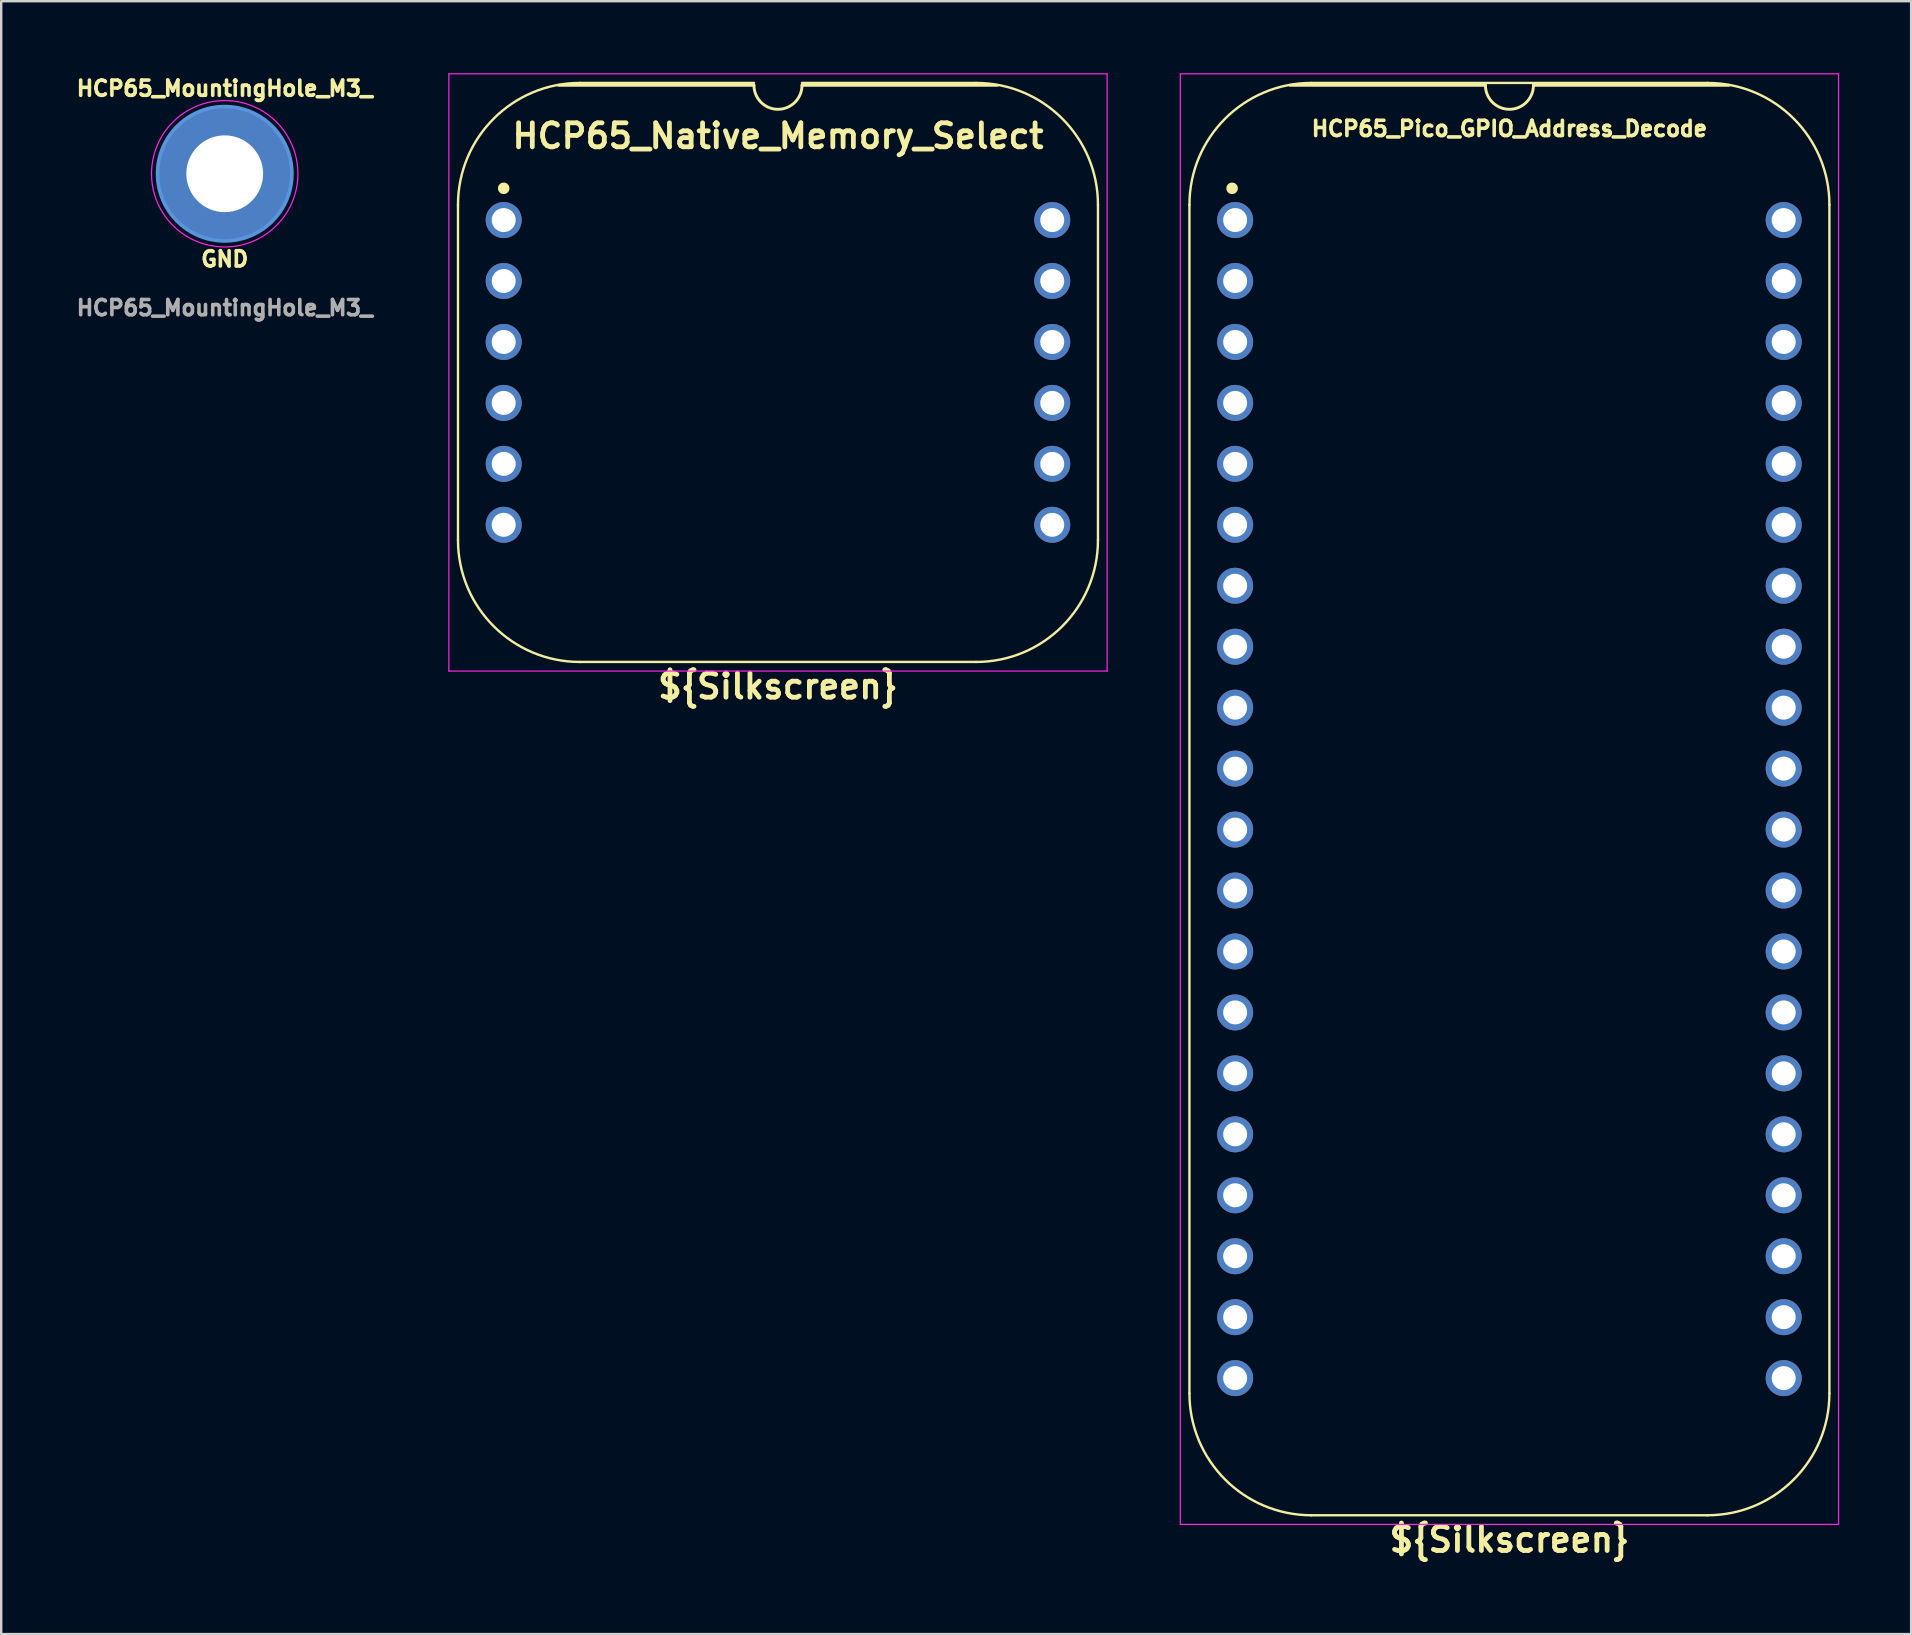
<source format=kicad_pcb>
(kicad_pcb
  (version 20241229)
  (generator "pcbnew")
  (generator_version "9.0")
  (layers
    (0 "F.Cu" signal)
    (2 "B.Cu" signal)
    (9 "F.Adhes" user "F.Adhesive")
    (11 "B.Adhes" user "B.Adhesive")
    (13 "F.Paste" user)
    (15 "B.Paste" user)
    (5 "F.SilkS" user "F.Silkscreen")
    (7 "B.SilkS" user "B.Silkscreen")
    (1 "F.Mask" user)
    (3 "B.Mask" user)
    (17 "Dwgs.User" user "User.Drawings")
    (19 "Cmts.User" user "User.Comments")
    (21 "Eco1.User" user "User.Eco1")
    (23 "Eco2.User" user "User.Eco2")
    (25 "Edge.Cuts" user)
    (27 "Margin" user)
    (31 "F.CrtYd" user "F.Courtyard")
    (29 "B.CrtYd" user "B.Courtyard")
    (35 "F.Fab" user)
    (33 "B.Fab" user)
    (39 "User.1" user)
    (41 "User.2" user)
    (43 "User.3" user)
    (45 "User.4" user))
  (footprint "HCP65_MountingHole_M3_"
    (layer "F.Cu")
    (at 6.315 4.191)
    (property "Reference" "HCP65_MountingHole_M3_" (at 0 -3.556 0) (layer "F.SilkS") (effects (font (size 0.635 0.635) (thickness 0.15))))
    (attr exclude_from_pos_files exclude_from_bom)
    (fp_circle (center 0 0) (end 2.8 0) (stroke (width 0.15) (type solid)) (fill no) (layer "Cmts.User"))
    (fp_circle (center 0 0) (end 3.05 0) (stroke (width 0.05) (type solid)) (fill no) (layer "F.CrtYd"))
    (fp_text user "GND" (at 0 3.556 0) (unlocked yes) (layer "F.SilkS") (effects (font (size 0.635 0.635) (thickness 0.15))))
    (fp_text user "${REFERENCE}" (at 0 5.588 0) (layer "F.Fab") (effects (font (size 0.635 0.635) (thickness 0.15))))
    (pad "1" thru_hole circle (at 0 0) (size 5.6 5.6) (drill 3.2) (layers "*.Cu" "*.Mask")))
  (footprint "HCP65_Native_Memory_Select"
    (layer "F.Cu")
    (at 17.941 6.121)
    (property "Reference" "HCP65_Native_Memory_Select" (at 11.43 -3.505 0) (layer "F.SilkS") (effects (font (size 1 1) (thickness 0.2))))
    (property "Silkscreen" "${Silkscreen}" (at 11.43 19.431 0) (layer "F.SilkS") (effects (font (size 1 1) (thickness 0.2))))
    (attr through_hole)
    (fp_line (start -1.905 -0.635) (end -1.905 13.335) (stroke (width 0.1) (type solid)) (layer "F.SilkS"))
    (fp_line (start 10.43 -5.715) (end 3.175 -5.715) (stroke (width 0.1) (type solid)) (layer "F.SilkS"))
    (fp_line (start 10.43 -5.616) (end 2.286 -5.616) (stroke (width 0.12) (type solid)) (layer "F.SilkS"))
    (fp_line (start 19.685 -5.715) (end 12.43 -5.715) (stroke (width 0.1) (type solid)) (layer "F.SilkS"))
    (fp_line (start 19.685 18.415) (end 3.175 18.415) (stroke (width 0.1) (type solid)) (layer "F.SilkS"))
    (fp_line (start 20.574 -5.616) (end 12.43 -5.616) (stroke (width 0.12) (type solid)) (layer "F.SilkS"))
    (fp_line (start 24.765 13.335) (end 24.765 -0.635) (stroke (width 0.1) (type solid)) (layer "F.SilkS"))
    (fp_arc (start -1.905 -0.635) (mid -0.417102 -4.227102) (end 3.175 -5.715) (stroke (width 0.1) (type solid)) (layer "F.SilkS"))
    (fp_arc (start 3.175 18.415) (mid -0.417102 16.927102) (end -1.905 13.335) (stroke (width 0.1) (type solid)) (layer "F.SilkS"))
    (fp_arc (start 12.43 -5.616) (mid 11.43 -4.616) (end 10.43 -5.616) (stroke (width 0.12) (type solid)) (layer "F.SilkS"))
    (fp_arc (start 19.685 -5.715) (mid 23.277102 -4.227102) (end 24.765 -0.635) (stroke (width 0.1) (type solid)) (layer "F.SilkS"))
    (fp_arc (start 24.765 13.335) (mid 23.277102 16.927102) (end 19.685 18.415) (stroke (width 0.1) (type solid)) (layer "F.SilkS"))
    (fp_circle (center 0 -1.323) (end 0.18 -1.323) (stroke (width 0.12) (type solid)) (fill yes) (layer "F.SilkS"))
    (fp_line (start -2.286 -6.096) (end -2.286 18.796) (stroke (width 0.05) (type solid)) (layer "F.CrtYd"))
    (fp_line (start -2.286 -6.096) (end 25.146 -6.096) (stroke (width 0.05) (type solid)) (layer "F.CrtYd"))
    (fp_line (start -2.286 18.796) (end 25.146 18.796) (stroke (width 0.05) (type solid)) (layer "F.CrtYd"))
    (fp_line (start 25.146 18.796) (end 25.146 -6.096) (stroke (width 0.05) (type solid)) (layer "F.CrtYd"))
    (pad "1" thru_hole circle (at 0 0) (size 1.5 1.5) (drill 1) (layers "*.Cu" "*.Mask"))
    (pad "2" thru_hole circle (at 0 2.54) (size 1.5 1.5) (drill 1) (layers "*.Cu" "*.Mask"))
    (pad "3" thru_hole circle (at 0 5.08) (size 1.5 1.5) (drill 1) (layers "*.Cu" "*.Mask"))
    (pad "4" thru_hole circle (at 0 7.62) (size 1.5 1.5) (drill 1) (layers "*.Cu" "*.Mask"))
    (pad "5" thru_hole circle (at 0 10.16) (size 1.5 1.5) (drill 1) (layers "*.Cu" "*.Mask"))
    (pad "6" thru_hole circle (at 0 12.7) (size 1.5 1.5) (drill 1) (layers "*.Cu" "*.Mask"))
    (pad "7" thru_hole circle (at 22.86 12.7) (size 1.5 1.5) (drill 1) (layers "*.Cu" "*.Mask"))
    (pad "8" thru_hole circle (at 22.86 10.16) (size 1.5 1.5) (drill 1) (layers "*.Cu" "*.Mask"))
    (pad "9" thru_hole circle (at 22.86 7.62) (size 1.5 1.5) (drill 1) (layers "*.Cu" "*.Mask"))
    (pad "10" thru_hole circle (at 22.86 5.08) (size 1.5 1.5) (drill 1) (layers "*.Cu" "*.Mask"))
    (pad "11" thru_hole circle (at 22.86 2.54) (size 1.5 1.5) (drill 1) (layers "*.Cu" "*.Mask"))
    (pad "12" thru_hole circle (at 22.86 0) (size 1.5 1.5) (drill 1) (layers "*.Cu" "*.Mask")))
  (footprint "HCP65_Pico_GPIO_Address_Decode"
    (layer "F.Cu")
    (at 48.423 6.121)
    (property "Reference" "HCP65_Pico_GPIO_Address_Decode" (at 11.43 -3.81 0) (layer "F.SilkS") (effects (font (size 0.635 0.635) (thickness 0.15))))
    (property "Silkscreen" "${Silkscreen}" (at 11.43 54.991 0) (layer "F.SilkS") (effects (font (size 1 1) (thickness 0.2))))
    (attr through_hole)
    (fp_line (start -1.905 -0.635) (end -1.905 48.895) (stroke (width 0.1) (type solid)) (layer "F.SilkS"))
    (fp_line (start 10.43 -5.616) (end 2.286 -5.616) (stroke (width 0.12) (type solid)) (layer "F.SilkS"))
    (fp_line (start 19.685 -5.715) (end 3.175 -5.715) (stroke (width 0.1) (type solid)) (layer "F.SilkS"))
    (fp_line (start 19.685 53.975) (end 3.175 53.975) (stroke (width 0.1) (type solid)) (layer "F.SilkS"))
    (fp_line (start 20.574 -5.616) (end 12.43 -5.616) (stroke (width 0.12) (type solid)) (layer "F.SilkS"))
    (fp_line (start 24.765 48.895) (end 24.765 -0.635) (stroke (width 0.1) (type solid)) (layer "F.SilkS"))
    (fp_arc (start -1.905 -0.635) (mid -0.417102 -4.227102) (end 3.175 -5.715) (stroke (width 0.1) (type solid)) (layer "F.SilkS"))
    (fp_arc (start 3.175 53.975) (mid -0.417102 52.487102) (end -1.905 48.895) (stroke (width 0.1) (type solid)) (layer "F.SilkS"))
    (fp_arc (start 12.43 -5.616) (mid 11.43 -4.616) (end 10.43 -5.616) (stroke (width 0.12) (type solid)) (layer "F.SilkS"))
    (fp_arc (start 19.685 -5.715) (mid 23.277102 -4.227102) (end 24.765 -0.635) (stroke (width 0.1) (type solid)) (layer "F.SilkS"))
    (fp_arc (start 24.765 48.895) (mid 23.277102 52.487102) (end 19.685 53.975) (stroke (width 0.1) (type solid)) (layer "F.SilkS"))
    (fp_circle (center -0.127 -1.323) (end 0.053 -1.323) (stroke (width 0.12) (type solid)) (fill yes) (layer "F.SilkS"))
    (fp_line (start -2.286 -6.096) (end -2.286 54.356) (stroke (width 0.05) (type solid)) (layer "F.CrtYd"))
    (fp_line (start -2.286 -6.096) (end 25.146 -6.096) (stroke (width 0.05) (type solid)) (layer "F.CrtYd"))
    (fp_line (start -2.286 54.356) (end 25.146 54.356) (stroke (width 0.05) (type solid)) (layer "F.CrtYd"))
    (fp_line (start 25.146 54.356) (end 25.146 -6.096) (stroke (width 0.05) (type solid)) (layer "F.CrtYd"))
    (pad "1" thru_hole circle (at 0 0) (size 1.5 1.5) (drill 1) (layers "*.Cu" "*.Mask"))
    (pad "2" thru_hole circle (at 0 2.54) (size 1.5 1.5) (drill 1) (layers "*.Cu" "*.Mask"))
    (pad "3" thru_hole circle (at 0 5.08) (size 1.5 1.5) (drill 1) (layers "*.Cu" "*.Mask"))
    (pad "4" thru_hole circle (at 0 7.62) (size 1.5 1.5) (drill 1) (layers "*.Cu" "*.Mask"))
    (pad "5" thru_hole circle (at 0 10.16) (size 1.5 1.5) (drill 1) (layers "*.Cu" "*.Mask"))
    (pad "6" thru_hole circle (at 0 12.7) (size 1.5 1.5) (drill 1) (layers "*.Cu" "*.Mask"))
    (pad "7" thru_hole circle (at 0 15.24) (size 1.5 1.5) (drill 1) (layers "*.Cu" "*.Mask"))
    (pad "8" thru_hole circle (at 0 17.78) (size 1.5 1.5) (drill 1) (layers "*.Cu" "*.Mask"))
    (pad "9" thru_hole circle (at 0 20.32) (size 1.5 1.5) (drill 1) (layers "*.Cu" "*.Mask"))
    (pad "10" thru_hole circle (at 0 22.86) (size 1.5 1.5) (drill 1) (layers "*.Cu" "*.Mask"))
    (pad "11" thru_hole circle (at 0 25.4) (size 1.5 1.5) (drill 1) (layers "*.Cu" "*.Mask"))
    (pad "12" thru_hole circle (at 0 27.94) (size 1.5 1.5) (drill 1) (layers "*.Cu" "*.Mask"))
    (pad "13" thru_hole circle (at 0 30.48) (size 1.5 1.5) (drill 1) (layers "*.Cu" "*.Mask"))
    (pad "14" thru_hole circle (at 0 33.02) (size 1.5 1.5) (drill 1) (layers "*.Cu" "*.Mask"))
    (pad "15" thru_hole circle (at 0 35.56) (size 1.5 1.5) (drill 1) (layers "*.Cu" "*.Mask"))
    (pad "16" thru_hole circle (at 0 38.1) (size 1.5 1.5) (drill 1) (layers "*.Cu" "*.Mask"))
    (pad "17" thru_hole circle (at 0 40.64) (size 1.5 1.5) (drill 1) (layers "*.Cu" "*.Mask"))
    (pad "18" thru_hole circle (at 0 43.18) (size 1.5 1.5) (drill 1) (layers "*.Cu" "*.Mask"))
    (pad "19" thru_hole circle (at 0 45.72) (size 1.5 1.5) (drill 1) (layers "*.Cu" "*.Mask"))
    (pad "20" thru_hole circle (at 0 48.26) (size 1.5 1.5) (drill 1) (layers "*.Cu" "*.Mask"))
    (pad "21" thru_hole circle (at 22.86 48.26) (size 1.5 1.5) (drill 1) (layers "*.Cu" "*.Mask"))
    (pad "22" thru_hole circle (at 22.86 45.72) (size 1.5 1.5) (drill 1) (layers "*.Cu" "*.Mask"))
    (pad "23" thru_hole circle (at 22.86 43.18) (size 1.5 1.5) (drill 1) (layers "*.Cu" "*.Mask"))
    (pad "24" thru_hole circle (at 22.86 40.64) (size 1.5 1.5) (drill 1) (layers "*.Cu" "*.Mask"))
    (pad "25" thru_hole circle (at 22.86 38.1) (size 1.5 1.5) (drill 1) (layers "*.Cu" "*.Mask"))
    (pad "26" thru_hole circle (at 22.86 35.56) (size 1.5 1.5) (drill 1) (layers "*.Cu" "*.Mask"))
    (pad "27" thru_hole circle (at 22.86 33.02) (size 1.5 1.5) (drill 1) (layers "*.Cu" "*.Mask"))
    (pad "28" thru_hole circle (at 22.86 30.48) (size 1.5 1.5) (drill 1) (layers "*.Cu" "*.Mask"))
    (pad "29" thru_hole circle (at 22.86 27.94) (size 1.5 1.5) (drill 1) (layers "*.Cu" "*.Mask"))
    (pad "30" thru_hole circle (at 22.86 25.4) (size 1.5 1.5) (drill 1) (layers "*.Cu" "*.Mask"))
    (pad "31" thru_hole circle (at 22.86 22.86) (size 1.5 1.5) (drill 1) (layers "*.Cu" "*.Mask"))
    (pad "32" thru_hole circle (at 22.86 20.32) (size 1.5 1.5) (drill 1) (layers "*.Cu" "*.Mask"))
    (pad "33" thru_hole circle (at 22.86 17.78) (size 1.5 1.5) (drill 1) (layers "*.Cu" "*.Mask"))
    (pad "34" thru_hole circle (at 22.86 15.24) (size 1.5 1.5) (drill 1) (layers "*.Cu" "*.Mask"))
    (pad "35" thru_hole circle (at 22.86 12.7) (size 1.5 1.5) (drill 1) (layers "*.Cu" "*.Mask"))
    (pad "36" thru_hole circle (at 22.86 10.16) (size 1.5 1.5) (drill 1) (layers "*.Cu" "*.Mask"))
    (pad "37" thru_hole circle (at 22.86 7.62) (size 1.5 1.5) (drill 1) (layers "*.Cu" "*.Mask"))
    (pad "38" thru_hole circle (at 22.86 5.08) (size 1.5 1.5) (drill 1) (layers "*.Cu" "*.Mask"))
    (pad "39" thru_hole circle (at 22.86 2.54) (size 1.5 1.5) (drill 1) (layers "*.Cu" "*.Mask"))
    (pad "40" thru_hole circle (at 22.86 0) (size 1.5 1.5) (drill 1) (layers "*.Cu" "*.Mask")))
  (gr_rect
    (start -3 -3)
    (end 76.594 65.048)
    (stroke (width 0.1) (type default))
    (fill no)
    (layer "Edge.Cuts")))
</source>
